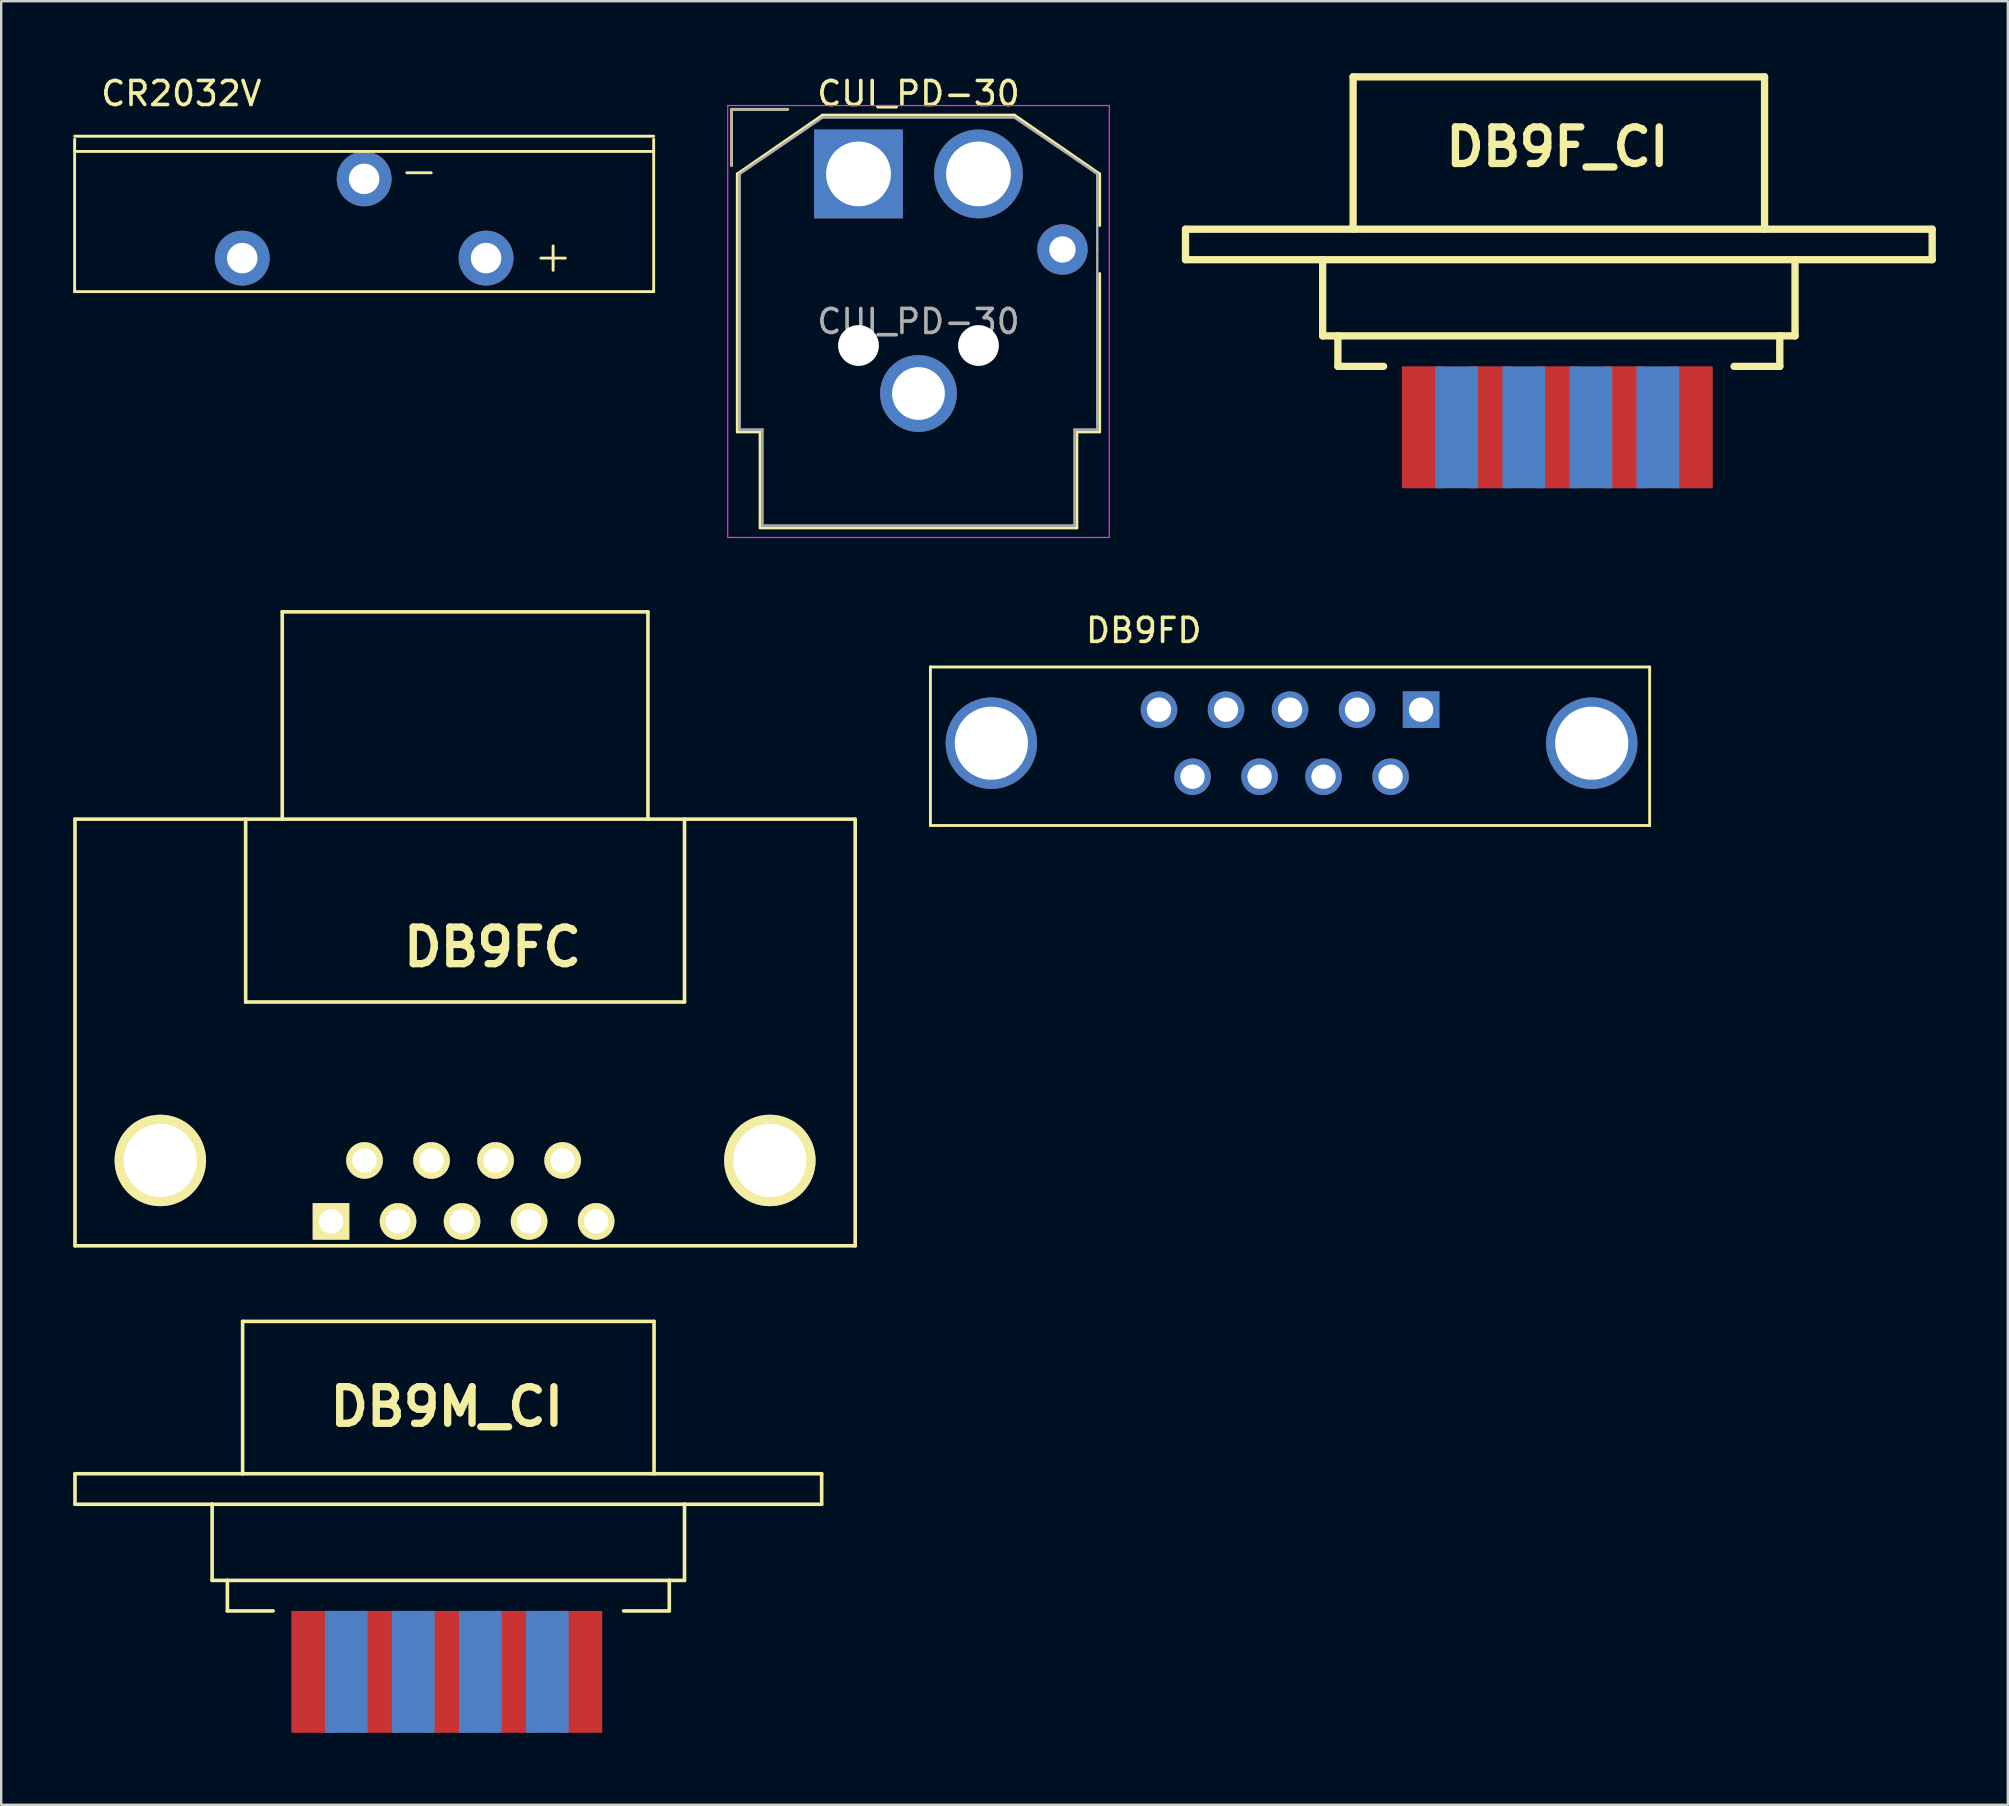
<source format=kicad_pcb>
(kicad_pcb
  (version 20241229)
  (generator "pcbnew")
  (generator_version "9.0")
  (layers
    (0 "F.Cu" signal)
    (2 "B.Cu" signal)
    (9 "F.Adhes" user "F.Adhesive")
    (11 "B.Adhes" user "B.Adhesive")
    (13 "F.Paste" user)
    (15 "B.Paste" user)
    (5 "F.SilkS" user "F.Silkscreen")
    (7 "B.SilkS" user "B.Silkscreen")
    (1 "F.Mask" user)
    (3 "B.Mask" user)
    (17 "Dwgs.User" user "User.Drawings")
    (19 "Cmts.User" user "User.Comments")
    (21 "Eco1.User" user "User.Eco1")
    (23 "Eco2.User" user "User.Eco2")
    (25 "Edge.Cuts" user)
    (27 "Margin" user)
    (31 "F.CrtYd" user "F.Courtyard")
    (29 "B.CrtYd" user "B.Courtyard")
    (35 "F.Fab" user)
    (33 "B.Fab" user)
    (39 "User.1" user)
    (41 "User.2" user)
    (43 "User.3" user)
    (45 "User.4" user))
  (footprint "DB9M_CI"
    (layer "F.Cu")
    (at 15.569 63.952)
    (property "Reference" "DB9M_CI" (at 0 -8.382 0) (layer "F.SilkS") (effects (font (size 1.524 1.524) (thickness 0.305))))
    (attr through_hole)
    (fp_line (start -15.494 -5.588) (end 15.621 -5.588) (stroke (width 0.15) (type solid)) (layer "F.SilkS"))
    (fp_line (start -15.494 -4.318) (end -15.494 -5.588) (stroke (width 0.15) (type solid)) (layer "F.SilkS"))
    (fp_line (start -9.779 -4.318) (end -15.494 -4.318) (stroke (width 0.15) (type solid)) (layer "F.SilkS"))
    (fp_line (start -9.779 -1.143) (end -9.779 -4.318) (stroke (width 0.15) (type solid)) (layer "F.SilkS"))
    (fp_line (start -9.144 -1.143) (end -9.779 -1.143) (stroke (width 0.15) (type solid)) (layer "F.SilkS"))
    (fp_line (start -9.144 0.127) (end -9.144 -1.143) (stroke (width 0.15) (type solid)) (layer "F.SilkS"))
    (fp_line (start -8.509 -11.938) (end 8.636 -11.938) (stroke (width 0.15) (type solid)) (layer "F.SilkS"))
    (fp_line (start -8.509 -5.588) (end -8.509 -11.938) (stroke (width 0.15) (type solid)) (layer "F.SilkS"))
    (fp_line (start -7.239 0.127) (end -9.144 0.127) (stroke (width 0.15) (type solid)) (layer "F.SilkS"))
    (fp_line (start 7.366 0.127) (end 9.271 0.127) (stroke (width 0.15) (type solid)) (layer "F.SilkS"))
    (fp_line (start 8.636 -5.588) (end 8.636 -11.938) (stroke (width 0.15) (type solid)) (layer "F.SilkS"))
    (fp_line (start 9.271 -1.143) (end -9.144 -1.143) (stroke (width 0.15) (type solid)) (layer "F.SilkS"))
    (fp_line (start 9.271 0.127) (end 9.271 -1.143) (stroke (width 0.15) (type solid)) (layer "F.SilkS"))
    (fp_line (start 9.906 -4.318) (end -9.779 -4.318) (stroke (width 0.15) (type solid)) (layer "F.SilkS"))
    (fp_line (start 9.906 -1.143) (end 9.271 -1.143) (stroke (width 0.15) (type solid)) (layer "F.SilkS"))
    (fp_line (start 9.906 -1.143) (end 9.906 -4.318) (stroke (width 0.15) (type solid)) (layer "F.SilkS"))
    (fp_line (start 15.621 -4.318) (end 9.906 -4.318) (stroke (width 0.15) (type solid)) (layer "F.SilkS"))
    (fp_line (start 15.621 -4.318) (end 15.621 -5.588) (stroke (width 0.15) (type solid)) (layer "F.SilkS"))
    (pad "1" connect rect (at 5.588 2.667) (size 1.778 5.08) (layers "F.Cu" "F.Mask"))
    (pad "2" connect rect (at 2.794 2.667) (size 1.778 5.08) (layers "F.Cu" "F.Mask"))
    (pad "3" connect rect (at 0 2.667) (size 1.778 5.08) (layers "F.Cu" "F.Mask"))
    (pad "4" connect rect (at -2.794 2.667) (size 1.778 5.08) (layers "F.Cu" "F.Mask"))
    (pad "5" connect rect (at -5.588 2.667) (size 1.778 5.08) (layers "F.Cu" "F.Mask"))
    (pad "6" connect rect (at 4.191 2.667) (size 1.778 5.08) (layers "B.Cu" "B.Mask"))
    (pad "7" connect rect (at 1.397 2.667) (size 1.778 5.08) (layers "B.Cu" "B.Mask"))
    (pad "8" connect rect (at -1.397 2.667) (size 1.778 5.08) (layers "B.Cu" "B.Mask"))
    (pad "9" connect rect (at -4.191 2.667) (size 1.778 5.08) (layers "B.Cu" "B.Mask")))
  (footprint "CUI_PD-30"
    (layer "F.Cu")
    (at 32.725 4.198)
    (property "Reference" "CUI_PD-30" (at 2.5 -3.35 0) (layer "F.SilkS") (effects (font (size 1 1) (thickness 0.15))))
    (attr through_hole)
    (fp_line (start -5.29 -2.69) (end -2.95 -2.69) (stroke (width 0.12) (type solid)) (layer "F.SilkS"))
    (fp_line (start -5.29 -0.35) (end -5.29 -2.69) (stroke (width 0.12) (type solid)) (layer "F.SilkS"))
    (fp_line (start -5.05 0) (end -1.5 -2.45) (stroke (width 0.12) (type solid)) (layer "F.SilkS"))
    (fp_line (start -5.05 10.75) (end -5.05 0) (stroke (width 0.12) (type solid)) (layer "F.SilkS"))
    (fp_line (start -4.1 10.75) (end -5.05 10.75) (stroke (width 0.12) (type solid)) (layer "F.SilkS"))
    (fp_line (start -4.1 14.75) (end -4.1 10.75) (stroke (width 0.12) (type solid)) (layer "F.SilkS"))
    (fp_line (start -1.5 -2.45) (end 6.5 -2.45) (stroke (width 0.12) (type solid)) (layer "F.SilkS"))
    (fp_line (start 6.5 -2.45) (end 10.05 0) (stroke (width 0.12) (type solid)) (layer "F.SilkS"))
    (fp_line (start 9.1 10.75) (end 9.1 14.75) (stroke (width 0.12) (type solid)) (layer "F.SilkS"))
    (fp_line (start 9.1 14.75) (end -4.1 14.75) (stroke (width 0.12) (type solid)) (layer "F.SilkS"))
    (fp_line (start 10.05 0) (end 10.05 2.15) (stroke (width 0.12) (type solid)) (layer "F.SilkS"))
    (fp_line (start 10.05 4.15) (end 10.05 10.75) (stroke (width 0.12) (type solid)) (layer "F.SilkS"))
    (fp_line (start 10.05 10.75) (end 9.1 10.75) (stroke (width 0.12) (type solid)) (layer "F.SilkS"))
    (fp_line (start -5.45 -2.85) (end 10.45 -2.85) (stroke (width 0.05) (type solid)) (layer "F.CrtYd"))
    (fp_line (start -5.45 15.15) (end -5.45 -2.85) (stroke (width 0.05) (type solid)) (layer "F.CrtYd"))
    (fp_line (start 10.45 -2.85) (end 10.45 15.15) (stroke (width 0.05) (type solid)) (layer "F.CrtYd"))
    (fp_line (start 10.45 15.15) (end -5.45 15.15) (stroke (width 0.05) (type solid)) (layer "F.CrtYd"))
    (fp_line (start -5.29 -2.69) (end -2.95 -2.69) (stroke (width 0.1) (type solid)) (layer "F.Fab"))
    (fp_line (start -5.29 -0.35) (end -5.29 -2.69) (stroke (width 0.1) (type solid)) (layer "F.Fab"))
    (fp_line (start -4.95 0) (end -1.5 -2.35) (stroke (width 0.1) (type solid)) (layer "F.Fab"))
    (fp_line (start -4.95 10.65) (end -4.95 0) (stroke (width 0.1) (type solid)) (layer "F.Fab"))
    (fp_line (start -4 10.65) (end -4.95 10.65) (stroke (width 0.1) (type solid)) (layer "F.Fab"))
    (fp_line (start -4 14.65) (end -4 10.65) (stroke (width 0.1) (type solid)) (layer "F.Fab"))
    (fp_line (start -1.5 -2.35) (end 6.5 -2.35) (stroke (width 0.1) (type solid)) (layer "F.Fab"))
    (fp_line (start 6.5 -2.35) (end 9.95 0) (stroke (width 0.1) (type solid)) (layer "F.Fab"))
    (fp_line (start 9 10.65) (end 9 14.65) (stroke (width 0.1) (type solid)) (layer "F.Fab"))
    (fp_line (start 9 14.65) (end -4 14.65) (stroke (width 0.1) (type solid)) (layer "F.Fab"))
    (fp_line (start 9.95 0) (end 9.95 3.15) (stroke (width 0.1) (type solid)) (layer "F.Fab"))
    (fp_line (start 9.95 3.15) (end 9.95 10.65) (stroke (width 0.1) (type solid)) (layer "F.Fab"))
    (fp_line (start 9.95 10.65) (end 9 10.65) (stroke (width 0.1) (type solid)) (layer "F.Fab"))
    (fp_text user "${REFERENCE}" (at 2.5 6.15 0) (layer "F.Fab") (effects (font (size 1 1) (thickness 0.15))))
    (pad "" np_thru_hole circle (at 0 7.15 180) (size 1.7 1.7) (drill 1.7) (layers "*.Cu" "*.Mask"))
    (pad "" np_thru_hole circle (at 5 7.15 180) (size 1.7 1.7) (drill 1.7) (layers "*.Cu" "*.Mask"))
    (pad "1" thru_hole rect (at 0 0 180) (size 3.7 3.7) (drill 2.7) (layers "*.Cu" "*.Mask"))
    (pad "2" thru_hole circle (at 5 0 180) (size 3.7 3.7) (drill 2.7) (layers "*.Cu" "*.Mask"))
    (pad "3" thru_hole circle (at 8.5 3.15 180) (size 2.1 2.1) (drill 1.1) (layers "*.Cu" "*.Mask"))
    (pad "4" thru_hole circle (at 2.5 9.15 180) (size 3.2 3.2) (drill 2.2) (layers "*.Cu" "*.Mask")))
  (footprint "DB9F_CI"
    (layer "F.Cu")
    (at 61.846 12.217)
    (property "Reference" "DB9F_CI" (at 0 -9.144 0) (layer "F.SilkS") (effects (font (size 1.524 1.524) (thickness 0.305))))
    (attr through_hole)
    (fp_line (start -15.494 -5.715) (end 15.621 -5.715) (stroke (width 0.305) (type solid)) (layer "F.SilkS"))
    (fp_line (start -15.494 -4.445) (end -15.494 -5.715) (stroke (width 0.305) (type solid)) (layer "F.SilkS"))
    (fp_line (start -9.779 -4.445) (end -15.494 -4.445) (stroke (width 0.305) (type solid)) (layer "F.SilkS"))
    (fp_line (start -9.779 -1.27) (end -9.779 -4.445) (stroke (width 0.305) (type solid)) (layer "F.SilkS"))
    (fp_line (start -9.144 -1.27) (end -9.779 -1.27) (stroke (width 0.305) (type solid)) (layer "F.SilkS"))
    (fp_line (start -9.144 0) (end -9.144 -1.27) (stroke (width 0.305) (type solid)) (layer "F.SilkS"))
    (fp_line (start -8.509 -12.065) (end 8.636 -12.065) (stroke (width 0.305) (type solid)) (layer "F.SilkS"))
    (fp_line (start -8.509 -5.715) (end -8.509 -12.065) (stroke (width 0.305) (type solid)) (layer "F.SilkS"))
    (fp_line (start -7.239 0) (end -9.144 0) (stroke (width 0.305) (type solid)) (layer "F.SilkS"))
    (fp_line (start 7.366 0) (end 9.271 0) (stroke (width 0.305) (type solid)) (layer "F.SilkS"))
    (fp_line (start 8.636 -5.715) (end 8.636 -12.065) (stroke (width 0.305) (type solid)) (layer "F.SilkS"))
    (fp_line (start 9.271 -1.27) (end -9.144 -1.27) (stroke (width 0.305) (type solid)) (layer "F.SilkS"))
    (fp_line (start 9.271 0) (end 9.271 -1.27) (stroke (width 0.305) (type solid)) (layer "F.SilkS"))
    (fp_line (start 9.906 -4.445) (end -9.779 -4.445) (stroke (width 0.305) (type solid)) (layer "F.SilkS"))
    (fp_line (start 9.906 -1.27) (end 9.271 -1.27) (stroke (width 0.305) (type solid)) (layer "F.SilkS"))
    (fp_line (start 9.906 -1.27) (end 9.906 -4.445) (stroke (width 0.305) (type solid)) (layer "F.SilkS"))
    (fp_line (start 15.621 -4.445) (end 9.906 -4.445) (stroke (width 0.305) (type solid)) (layer "F.SilkS"))
    (fp_line (start 15.621 -4.445) (end 15.621 -5.715) (stroke (width 0.305) (type solid)) (layer "F.SilkS"))
    (pad "1" connect rect (at -5.588 2.54) (size 1.778 5.08) (layers "F.Cu" "F.Mask"))
    (pad "2" connect rect (at -2.794 2.54) (size 1.778 5.08) (layers "F.Cu" "F.Mask"))
    (pad "3" connect rect (at 0 2.54) (size 1.778 5.08) (layers "F.Cu" "F.Mask"))
    (pad "4" connect rect (at 2.794 2.54) (size 1.778 5.08) (layers "F.Cu" "F.Mask"))
    (pad "5" connect rect (at 5.588 2.54) (size 1.778 5.08) (layers "F.Cu" "F.Mask"))
    (pad "6" connect rect (at -4.191 2.54) (size 1.778 5.08) (layers "B.Cu" "B.Mask"))
    (pad "7" connect rect (at -1.397 2.54) (size 1.778 5.08) (layers "B.Cu" "B.Mask"))
    (pad "8" connect rect (at 1.397 2.54) (size 1.778 5.08) (layers "B.Cu" "B.Mask"))
    (pad "9" connect rect (at 4.191 2.54) (size 1.778 5.08) (layers "B.Cu" "B.Mask")))
  (footprint "CR2032V"
    (layer "F.Cu")
    (at 12.125 5.928)
    (property "Reference" "CR2032V" (at -7.62 -5.08 0) (layer "F.SilkS") (effects (font (size 1 1) (thickness 0.15))))
    (attr through_hole)
    (fp_line (start -12.065 -3.302) (end 12.065 -3.302) (stroke (width 0.12) (type solid)) (layer "F.SilkS"))
    (fp_line (start -12.065 -3.175) (end -12.065 3.175) (stroke (width 0.12) (type solid)) (layer "F.SilkS"))
    (fp_line (start -12.065 3.175) (end 12.065 3.175) (stroke (width 0.12) (type solid)) (layer "F.SilkS"))
    (fp_line (start 1.778 -1.778) (end 2.794 -1.778) (stroke (width 0.12) (type solid)) (layer "F.SilkS"))
    (fp_line (start 7.366 1.778) (end 8.382 1.778) (stroke (width 0.12) (type solid)) (layer "F.SilkS"))
    (fp_line (start 7.874 2.286) (end 7.874 1.27) (stroke (width 0.12) (type solid)) (layer "F.SilkS"))
    (fp_line (start 12.065 -2.667) (end -12.065 -2.667) (stroke (width 0.12) (type solid)) (layer "F.SilkS"))
    (fp_line (start 12.065 3.175) (end 12.065 -3.175) (stroke (width 0.12) (type solid)) (layer "F.SilkS"))
    (pad "1" thru_hole circle (at -5.08 1.778) (size 2.286 2.286) (drill 1.27) (layers "*.Cu" "*.Mask"))
    (pad "1" thru_hole circle (at 5.08 1.778) (size 2.286 2.286) (drill 1.27) (layers "*.Cu" "*.Mask"))
    (pad "2" thru_hole circle (at 0 -1.524) (size 2.286 2.286) (drill 1.27) (layers "*.Cu" "*.Mask")))
  (footprint "DB9FC"
    (layer "F.Cu")
    (at 16.204 46.578)
    (property "Reference" "DB9FC" (at 1.27 -10.16 0) (layer "F.SilkS") (effects (font (size 1.524 1.524) (thickness 0.305))))
    (attr through_hole)
    (fp_line (start -16.129 -15.494) (end -16.129 2.286) (stroke (width 0.15) (type solid)) (layer "F.SilkS"))
    (fp_line (start -16.129 2.286) (end 16.383 2.286) (stroke (width 0.15) (type solid)) (layer "F.SilkS"))
    (fp_line (start -9.017 -15.494) (end -9.017 -7.874) (stroke (width 0.15) (type solid)) (layer "F.SilkS"))
    (fp_line (start -9.017 -7.874) (end 9.271 -7.874) (stroke (width 0.15) (type solid)) (layer "F.SilkS"))
    (fp_line (start -7.493 -24.13) (end 7.747 -24.13) (stroke (width 0.15) (type solid)) (layer "F.SilkS"))
    (fp_line (start -7.493 -15.494) (end -7.493 -24.13) (stroke (width 0.15) (type solid)) (layer "F.SilkS"))
    (fp_line (start 7.747 -24.13) (end 7.747 -15.494) (stroke (width 0.15) (type solid)) (layer "F.SilkS"))
    (fp_line (start 9.271 -7.874) (end 9.271 -15.494) (stroke (width 0.15) (type solid)) (layer "F.SilkS"))
    (fp_line (start 16.383 -15.494) (end -16.129 -15.494) (stroke (width 0.15) (type solid)) (layer "F.SilkS"))
    (fp_line (start 16.383 2.286) (end 16.383 -15.494) (stroke (width 0.15) (type solid)) (layer "F.SilkS"))
    (pad "" thru_hole circle (at -12.573 -1.27) (size 3.81 3.81) (drill 3.048) (layers "*.Cu" "*.Mask" "F.SilkS"))
    (pad "" thru_hole circle (at 12.827 -1.27) (size 3.81 3.81) (drill 3.048) (layers "*.Cu" "*.Mask" "F.SilkS"))
    (pad "1" thru_hole rect (at -5.461 1.27) (size 1.524 1.524) (drill 1.016) (layers "*.Cu" "*.Mask" "F.SilkS"))
    (pad "2" thru_hole circle (at -2.667 1.27) (size 1.524 1.524) (drill 1.016) (layers "*.Cu" "*.Mask" "F.SilkS"))
    (pad "3" thru_hole circle (at 0 1.27) (size 1.524 1.524) (drill 1.016) (layers "*.Cu" "*.Mask" "F.SilkS"))
    (pad "4" thru_hole circle (at 2.794 1.27) (size 1.524 1.524) (drill 1.016) (layers "*.Cu" "*.Mask" "F.SilkS"))
    (pad "5" thru_hole circle (at 5.588 1.27) (size 1.524 1.524) (drill 1.016) (layers "*.Cu" "*.Mask" "F.SilkS"))
    (pad "6" thru_hole circle (at -4.064 -1.27) (size 1.524 1.524) (drill 1.016) (layers "*.Cu" "*.Mask" "F.SilkS"))
    (pad "7" thru_hole circle (at -1.27 -1.27) (size 1.524 1.524) (drill 1.016) (layers "*.Cu" "*.Mask" "F.SilkS"))
    (pad "8" thru_hole circle (at 1.397 -1.27) (size 1.524 1.524) (drill 1.016) (layers "*.Cu" "*.Mask" "F.SilkS"))
    (pad "9" thru_hole circle (at 4.191 -1.27) (size 1.524 1.524) (drill 1.016) (layers "*.Cu" "*.Mask" "F.SilkS")))
  (footprint "DB9FD"
    (layer "F.Cu")
    (at 50.708 28.047)
    (property "Reference" "DB9FD" (at -6.096 -4.826 180) (layer "F.SilkS") (effects (font (size 1 1) (thickness 0.15))))
    (attr through_hole)
    (fp_line (start -14.986 -3.302) (end -14.986 3.302) (stroke (width 0.12) (type solid)) (layer "F.SilkS"))
    (fp_line (start -14.986 3.302) (end 14.986 3.302) (stroke (width 0.12) (type solid)) (layer "F.SilkS"))
    (fp_line (start 14.986 -3.302) (end -14.986 -3.302) (stroke (width 0.12) (type solid)) (layer "F.SilkS"))
    (fp_line (start 14.986 3.302) (end 14.986 -3.302) (stroke (width 0.12) (type solid)) (layer "F.SilkS"))
    (pad "0" thru_hole circle (at -12.446 -0.127) (size 3.81 3.81) (drill 3.048) (layers "*.Cu" "*.Mask"))
    (pad "0" thru_hole circle (at 12.573 -0.127) (size 3.81 3.81) (drill 3.048) (layers "*.Cu" "*.Mask"))
    (pad "1" thru_hole rect (at 5.461 -1.524) (size 1.524 1.524) (drill 1.016) (layers "*.Cu" "*.Mask"))
    (pad "2" thru_hole circle (at 2.794 -1.524) (size 1.524 1.524) (drill 1.016) (layers "*.Cu" "*.Mask"))
    (pad "3" thru_hole circle (at 0 -1.524) (size 1.524 1.524) (drill 1.016) (layers "*.Cu" "*.Mask"))
    (pad "4" thru_hole circle (at -2.667 -1.524) (size 1.524 1.524) (drill 1.016) (layers "*.Cu" "*.Mask"))
    (pad "5" thru_hole circle (at -5.461 -1.524) (size 1.524 1.524) (drill 1.016) (layers "*.Cu" "*.Mask"))
    (pad "6" thru_hole circle (at 4.191 1.27) (size 1.524 1.524) (drill 1.016) (layers "*.Cu" "*.Mask"))
    (pad "7" thru_hole circle (at 1.397 1.27) (size 1.524 1.524) (drill 1.016) (layers "*.Cu" "*.Mask"))
    (pad "8" thru_hole circle (at -1.27 1.27) (size 1.524 1.524) (drill 1.016) (layers "*.Cu" "*.Mask"))
    (pad "9" thru_hole circle (at -4.064 1.27) (size 1.524 1.524) (drill 1.016) (layers "*.Cu" "*.Mask")))
  (gr_rect
    (start -3 -3)
    (end 80.62 72.159)
    (stroke (width 0.1) (type default))
    (fill no)
    (layer "Edge.Cuts")))
</source>
